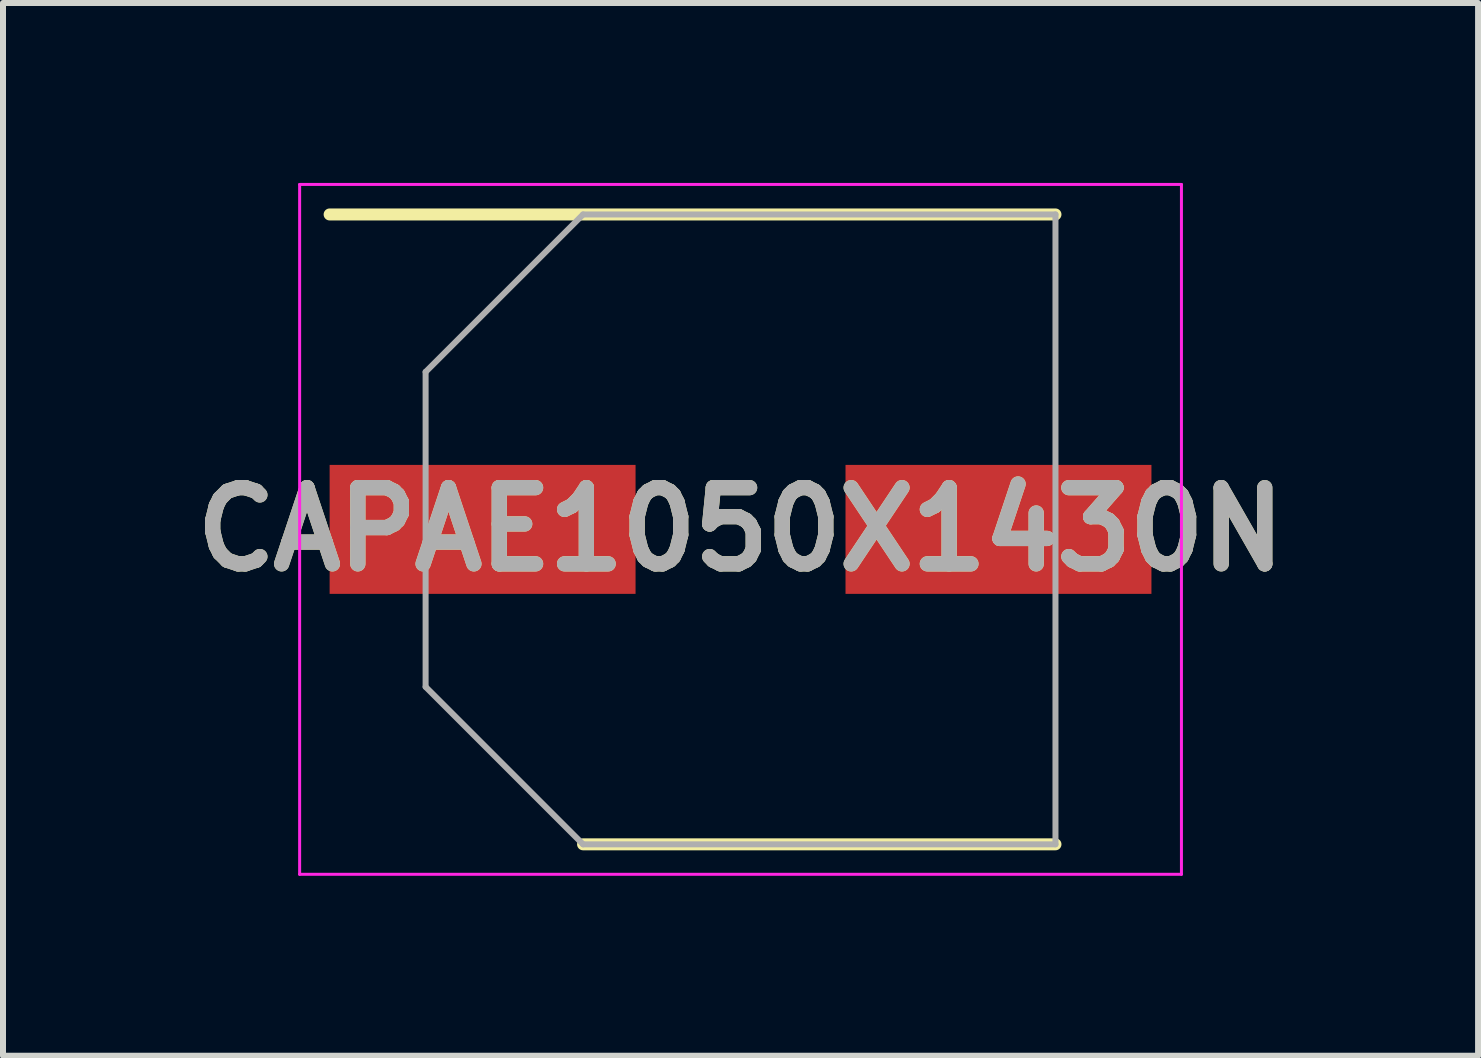
<source format=kicad_pcb>
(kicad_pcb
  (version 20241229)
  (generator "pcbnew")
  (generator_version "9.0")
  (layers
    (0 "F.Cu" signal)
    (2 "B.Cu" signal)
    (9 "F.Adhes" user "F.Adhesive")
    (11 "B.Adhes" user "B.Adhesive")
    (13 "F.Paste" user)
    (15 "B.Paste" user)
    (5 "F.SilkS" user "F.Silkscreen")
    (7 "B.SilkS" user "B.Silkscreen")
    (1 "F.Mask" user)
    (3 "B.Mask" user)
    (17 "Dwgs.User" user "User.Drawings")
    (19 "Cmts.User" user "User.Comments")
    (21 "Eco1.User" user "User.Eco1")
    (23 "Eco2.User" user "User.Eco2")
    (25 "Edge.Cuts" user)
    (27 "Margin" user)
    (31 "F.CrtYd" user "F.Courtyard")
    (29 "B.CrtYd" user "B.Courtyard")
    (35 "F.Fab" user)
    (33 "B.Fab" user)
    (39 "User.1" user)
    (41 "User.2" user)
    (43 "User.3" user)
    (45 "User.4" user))
  (footprint "CAPAE1050X1430N"
    (layer "F.Cu")
    (at 9.295 5.775)
    (property "Reference" "CAPAE1050X1430N" (at 0 0 0) (layer "F.SilkS") (effects (font (size 1.27 1.27) (thickness 0.254))))
    (attr smd)
    (fp_line (start -6.85 -5.25) (end 5.25 -5.25) (stroke (width 0.2) (type solid)) (layer "F.SilkS"))
    (fp_line (start -2.625 5.25) (end 5.25 5.25) (stroke (width 0.2) (type solid)) (layer "F.SilkS"))
    (fp_line (start -7.35 -5.75) (end 7.35 -5.75) (stroke (width 0.05) (type solid)) (layer "F.CrtYd"))
    (fp_line (start -7.35 5.75) (end -7.35 -5.75) (stroke (width 0.05) (type solid)) (layer "F.CrtYd"))
    (fp_line (start 7.35 -5.75) (end 7.35 5.75) (stroke (width 0.05) (type solid)) (layer "F.CrtYd"))
    (fp_line (start 7.35 5.75) (end -7.35 5.75) (stroke (width 0.05) (type solid)) (layer "F.CrtYd"))
    (fp_line (start -5.25 -2.625) (end -5.25 2.625) (stroke (width 0.1) (type solid)) (layer "F.Fab"))
    (fp_line (start -5.25 2.625) (end -2.625 5.25) (stroke (width 0.1) (type solid)) (layer "F.Fab"))
    (fp_line (start -2.625 -5.25) (end -5.25 -2.625) (stroke (width 0.1) (type solid)) (layer "F.Fab"))
    (fp_line (start -2.625 5.25) (end 5.25 5.25) (stroke (width 0.1) (type solid)) (layer "F.Fab"))
    (fp_line (start 5.25 -5.25) (end -2.625 -5.25) (stroke (width 0.1) (type solid)) (layer "F.Fab"))
    (fp_line (start 5.25 5.25) (end 5.25 -5.25) (stroke (width 0.1) (type solid)) (layer "F.Fab"))
    (fp_text user "${REFERENCE}" (at 0 0 0) (layer "F.Fab") (effects (font (size 1.27 1.27) (thickness 0.254))))
    (pad "1" smd rect (at -4.3 0 90) (size 2.15 5.1) (layers "F.Cu" "F.Mask" "F.Paste"))
    (pad "2" smd rect (at 4.3 0 90) (size 2.15 5.1) (layers "F.Cu" "F.Mask" "F.Paste")))
  (gr_rect
    (start -3 -3)
    (end 21.59 14.55)
    (stroke (width 0.1) (type default))
    (fill no)
    (layer "Edge.Cuts")))
</source>
